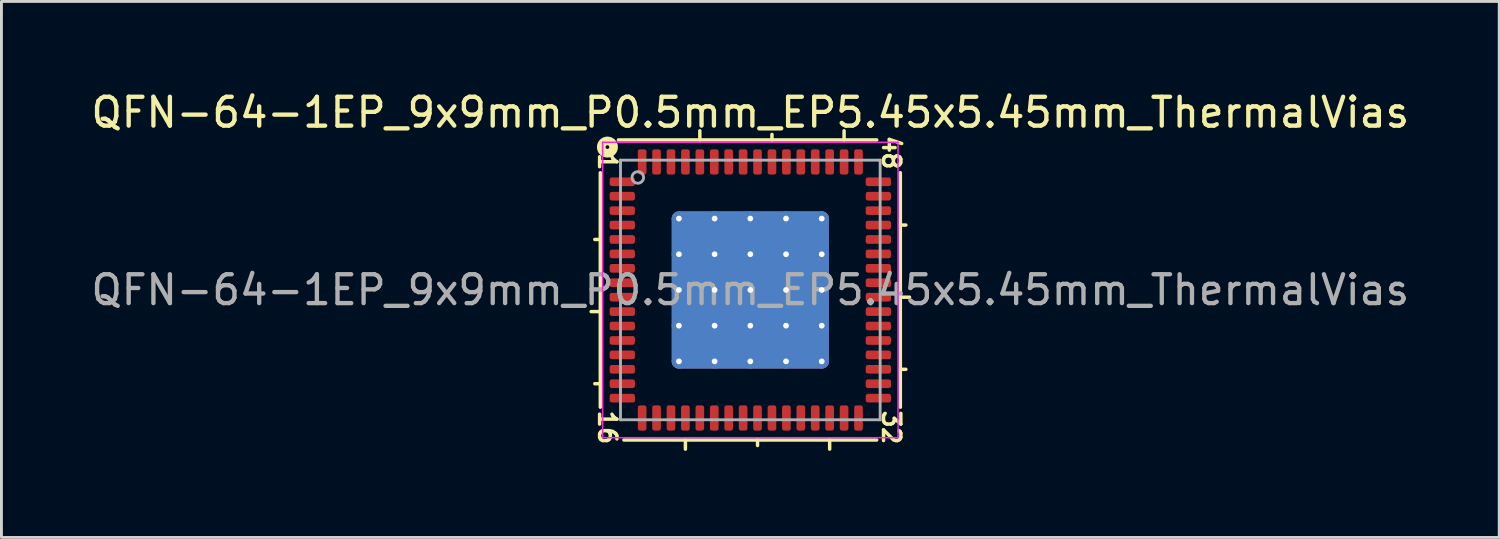
<source format=kicad_pcb>
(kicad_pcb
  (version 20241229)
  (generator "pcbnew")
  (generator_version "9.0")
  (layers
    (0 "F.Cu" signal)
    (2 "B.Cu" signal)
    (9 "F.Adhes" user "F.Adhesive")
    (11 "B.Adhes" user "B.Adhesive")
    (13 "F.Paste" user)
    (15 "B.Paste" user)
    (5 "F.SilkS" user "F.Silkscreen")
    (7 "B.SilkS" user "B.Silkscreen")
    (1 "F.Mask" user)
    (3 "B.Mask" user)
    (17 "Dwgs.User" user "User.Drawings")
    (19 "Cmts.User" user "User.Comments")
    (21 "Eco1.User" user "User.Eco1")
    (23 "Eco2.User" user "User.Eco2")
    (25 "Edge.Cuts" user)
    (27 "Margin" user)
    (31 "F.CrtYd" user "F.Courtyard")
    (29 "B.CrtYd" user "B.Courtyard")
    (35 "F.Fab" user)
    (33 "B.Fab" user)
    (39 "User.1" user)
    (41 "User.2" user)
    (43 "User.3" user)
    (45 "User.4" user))
  (footprint "QFN-64-1EP_9x9mm_P0.5mm_EP5.45x5.45mm_ThermalVias"
    (layer "F.Cu")
    (at 22.958 7.001)
    (property "Reference" "QFN-64-1EP_9x9mm_P0.5mm_EP5.45x5.45mm_ThermalVias" (at 0 -6.152 0) (layer "F.SilkS") (effects (font (size 1 1) (thickness 0.15))))
    (attr smd)
    (fp_line (start -5.2 -4.064) (end -5.2 4.064) (stroke (width 0.12) (type solid)) (layer "F.SilkS"))
    (fp_line (start -5.2 -1.75) (end -5.391 -1.75) (stroke (width 0.12) (type solid)) (layer "F.SilkS"))
    (fp_line (start -5.2 0.75) (end -5.518 0.75) (stroke (width 0.12) (type solid)) (layer "F.SilkS"))
    (fp_line (start -5.2 3.25) (end -5.391 3.25) (stroke (width 0.12) (type solid)) (layer "F.SilkS"))
    (fp_line (start -4.381 5.2) (end 4.381 5.2) (stroke (width 0.12) (type solid)) (layer "F.SilkS"))
    (fp_line (start -2.25 5.2) (end -2.25 5.518) (stroke (width 0.12) (type solid)) (layer "F.SilkS"))
    (fp_line (start -1.75 -5.2) (end -1.75 -5.518) (stroke (width 0.12) (type solid)) (layer "F.SilkS"))
    (fp_line (start 0.25 5.2) (end 0.25 5.391) (stroke (width 0.12) (type solid)) (layer "F.SilkS"))
    (fp_line (start 0.75 -5.2) (end 0.75 -5.391) (stroke (width 0.12) (type solid)) (layer "F.SilkS"))
    (fp_line (start 2.75 5.2) (end 2.75 5.518) (stroke (width 0.12) (type solid)) (layer "F.SilkS"))
    (fp_line (start 3.25 -5.2) (end 3.25 -5.518) (stroke (width 0.12) (type solid)) (layer "F.SilkS"))
    (fp_line (start 4.381 -5.2) (end -4.572 -5.2) (stroke (width 0.12) (type solid)) (layer "F.SilkS"))
    (fp_line (start 5.2 -2.25) (end 5.391 -2.25) (stroke (width 0.12) (type solid)) (layer "F.SilkS"))
    (fp_line (start 5.2 0.25) (end 5.518 0.25) (stroke (width 0.12) (type solid)) (layer "F.SilkS"))
    (fp_line (start 5.2 2.75) (end 5.391 2.75) (stroke (width 0.12) (type solid)) (layer "F.SilkS"))
    (fp_line (start 5.2 4.064) (end 5.2 -4.064) (stroke (width 0.12) (type solid)) (layer "F.SilkS"))
    (fp_circle (center -4.953 -4.953) (end -4.889 -4.953) (stroke (width 0.3) (type solid)) (fill no) (layer "F.SilkS"))
    (fp_line (start -5.12 -5.12) (end -5.12 5.12) (stroke (width 0.05) (type solid)) (layer "F.CrtYd"))
    (fp_line (start -5.12 5.12) (end 5.12 5.12) (stroke (width 0.05) (type solid)) (layer "F.CrtYd"))
    (fp_line (start 5.12 -5.12) (end -5.12 -5.12) (stroke (width 0.05) (type solid)) (layer "F.CrtYd"))
    (fp_line (start 5.12 5.12) (end 5.12 -5.12) (stroke (width 0.05) (type solid)) (layer "F.CrtYd"))
    (fp_line (start -4.5 -4.5) (end 4.5 -4.5) (stroke (width 0.1) (type solid)) (layer "F.Fab"))
    (fp_line (start -4.5 4.5) (end -4.5 -4.5) (stroke (width 0.1) (type solid)) (layer "F.Fab"))
    (fp_line (start 4.5 -4.5) (end 4.5 4.5) (stroke (width 0.1) (type solid)) (layer "F.Fab"))
    (fp_line (start 4.5 4.5) (end -4.5 4.5) (stroke (width 0.1) (type solid)) (layer "F.Fab"))
    (fp_circle (center -3.9 -3.9) (end -3.7 -3.9) (stroke (width 0.1) (type solid)) (fill no) (layer "F.Fab"))
    (fp_text user "1" (at -4.953 -4.445 270) (unlocked yes) (layer "F.SilkS") (effects (font (size 0.6 0.6) (thickness 0.12))))
    (fp_text user "32" (at 4.889 4.763 270) (unlocked yes) (layer "F.SilkS") (effects (font (size 0.6 0.6) (thickness 0.12))))
    (fp_text user "48" (at 4.889 -4.763 270) (unlocked yes) (layer "F.SilkS") (effects (font (size 0.6 0.6) (thickness 0.12))))
    (fp_text user "16" (at -4.953 4.763 270) (unlocked yes) (layer "F.SilkS") (effects (font (size 0.6 0.6) (thickness 0.12))))
    (fp_text user "${REFERENCE}" (at 0 0 0) (layer "F.Fab") (effects (font (size 1 1) (thickness 0.15))))
    (pad "" smd roundrect (at -1.856 -1.856) (size 1.055 1.055) (layers "F.Paste") (roundrect_rratio 0.237))
    (pad "" smd roundrect (at -1.856 -0.619) (size 1.055 1.055) (layers "F.Paste") (roundrect_rratio 0.237))
    (pad "" smd roundrect (at -1.856 0.619) (size 1.055 1.055) (layers "F.Paste") (roundrect_rratio 0.237))
    (pad "" smd roundrect (at -1.856 1.856) (size 1.055 1.055) (layers "F.Paste") (roundrect_rratio 0.237))
    (pad "" smd roundrect (at -0.619 -1.856) (size 1.055 1.055) (layers "F.Paste") (roundrect_rratio 0.237))
    (pad "" smd roundrect (at -0.619 -0.619) (size 1.055 1.055) (layers "F.Paste") (roundrect_rratio 0.237))
    (pad "" smd roundrect (at -0.619 0.619) (size 1.055 1.055) (layers "F.Paste") (roundrect_rratio 0.237))
    (pad "" smd roundrect (at -0.619 1.856) (size 1.055 1.055) (layers "F.Paste") (roundrect_rratio 0.237))
    (pad "" smd roundrect (at 0.619 -1.856) (size 1.055 1.055) (layers "F.Paste") (roundrect_rratio 0.237))
    (pad "" smd roundrect (at 0.619 -0.619) (size 1.055 1.055) (layers "F.Paste") (roundrect_rratio 0.237))
    (pad "" smd roundrect (at 0.619 0.619) (size 1.055 1.055) (layers "F.Paste") (roundrect_rratio 0.237))
    (pad "" smd roundrect (at 0.619 1.856) (size 1.055 1.055) (layers "F.Paste") (roundrect_rratio 0.237))
    (pad "" smd roundrect (at 1.856 -1.856) (size 1.055 1.055) (layers "F.Paste") (roundrect_rratio 0.237))
    (pad "" smd roundrect (at 1.856 -0.619) (size 1.055 1.055) (layers "F.Paste") (roundrect_rratio 0.237))
    (pad "" smd roundrect (at 1.856 0.619) (size 1.055 1.055) (layers "F.Paste") (roundrect_rratio 0.237))
    (pad "" smd roundrect (at 1.856 1.856) (size 1.055 1.055) (layers "F.Paste") (roundrect_rratio 0.237))
    (pad "1" smd roundrect (at -4.438 -3.75) (size 0.875 0.3) (layers "F.Cu" "F.Mask" "F.Paste") (roundrect_rratio 0.25))
    (pad "2" smd roundrect (at -4.438 -3.25) (size 0.875 0.3) (layers "F.Cu" "F.Mask" "F.Paste") (roundrect_rratio 0.25))
    (pad "3" smd roundrect (at -4.438 -2.75) (size 0.875 0.3) (layers "F.Cu" "F.Mask" "F.Paste") (roundrect_rratio 0.25))
    (pad "4" smd roundrect (at -4.438 -2.25) (size 0.875 0.3) (layers "F.Cu" "F.Mask" "F.Paste") (roundrect_rratio 0.25))
    (pad "5" smd roundrect (at -4.438 -1.75) (size 0.875 0.3) (layers "F.Cu" "F.Mask" "F.Paste") (roundrect_rratio 0.25))
    (pad "6" smd roundrect (at -4.438 -1.25) (size 0.875 0.3) (layers "F.Cu" "F.Mask" "F.Paste") (roundrect_rratio 0.25))
    (pad "7" smd roundrect (at -4.438 -0.75) (size 0.875 0.3) (layers "F.Cu" "F.Mask" "F.Paste") (roundrect_rratio 0.25))
    (pad "8" smd roundrect (at -4.438 -0.25) (size 0.875 0.3) (layers "F.Cu" "F.Mask" "F.Paste") (roundrect_rratio 0.25))
    (pad "9" smd roundrect (at -4.438 0.25) (size 0.875 0.3) (layers "F.Cu" "F.Mask" "F.Paste") (roundrect_rratio 0.25))
    (pad "10" smd roundrect (at -4.438 0.75) (size 0.875 0.3) (layers "F.Cu" "F.Mask" "F.Paste") (roundrect_rratio 0.25))
    (pad "11" smd roundrect (at -4.438 1.25) (size 0.875 0.3) (layers "F.Cu" "F.Mask" "F.Paste") (roundrect_rratio 0.25))
    (pad "12" smd roundrect (at -4.438 1.75) (size 0.875 0.3) (layers "F.Cu" "F.Mask" "F.Paste") (roundrect_rratio 0.25))
    (pad "13" smd roundrect (at -4.438 2.25) (size 0.875 0.3) (layers "F.Cu" "F.Mask" "F.Paste") (roundrect_rratio 0.25))
    (pad "14" smd roundrect (at -4.438 2.75) (size 0.875 0.3) (layers "F.Cu" "F.Mask" "F.Paste") (roundrect_rratio 0.25))
    (pad "15" smd roundrect (at -4.438 3.25) (size 0.875 0.3) (layers "F.Cu" "F.Mask" "F.Paste") (roundrect_rratio 0.25))
    (pad "16" smd roundrect (at -4.438 3.75) (size 0.875 0.3) (layers "F.Cu" "F.Mask" "F.Paste") (roundrect_rratio 0.25))
    (pad "17" smd roundrect (at -3.75 4.438) (size 0.3 0.875) (layers "F.Cu" "F.Mask" "F.Paste") (roundrect_rratio 0.25))
    (pad "18" smd roundrect (at -3.25 4.438) (size 0.3 0.875) (layers "F.Cu" "F.Mask" "F.Paste") (roundrect_rratio 0.25))
    (pad "19" smd roundrect (at -2.75 4.438) (size 0.3 0.875) (layers "F.Cu" "F.Mask" "F.Paste") (roundrect_rratio 0.25))
    (pad "20" smd roundrect (at -2.25 4.438) (size 0.3 0.875) (layers "F.Cu" "F.Mask" "F.Paste") (roundrect_rratio 0.25))
    (pad "21" smd roundrect (at -1.75 4.438) (size 0.3 0.875) (layers "F.Cu" "F.Mask" "F.Paste") (roundrect_rratio 0.25))
    (pad "22" smd roundrect (at -1.25 4.438) (size 0.3 0.875) (layers "F.Cu" "F.Mask" "F.Paste") (roundrect_rratio 0.25))
    (pad "23" smd roundrect (at -0.75 4.438) (size 0.3 0.875) (layers "F.Cu" "F.Mask" "F.Paste") (roundrect_rratio 0.25))
    (pad "24" smd roundrect (at -0.25 4.438) (size 0.3 0.875) (layers "F.Cu" "F.Mask" "F.Paste") (roundrect_rratio 0.25))
    (pad "25" smd roundrect (at 0.25 4.438) (size 0.3 0.875) (layers "F.Cu" "F.Mask" "F.Paste") (roundrect_rratio 0.25))
    (pad "26" smd roundrect (at 0.75 4.438) (size 0.3 0.875) (layers "F.Cu" "F.Mask" "F.Paste") (roundrect_rratio 0.25))
    (pad "27" smd roundrect (at 1.25 4.438) (size 0.3 0.875) (layers "F.Cu" "F.Mask" "F.Paste") (roundrect_rratio 0.25))
    (pad "28" smd roundrect (at 1.75 4.438) (size 0.3 0.875) (layers "F.Cu" "F.Mask" "F.Paste") (roundrect_rratio 0.25))
    (pad "29" smd roundrect (at 2.25 4.438) (size 0.3 0.875) (layers "F.Cu" "F.Mask" "F.Paste") (roundrect_rratio 0.25))
    (pad "30" smd roundrect (at 2.75 4.438) (size 0.3 0.875) (layers "F.Cu" "F.Mask" "F.Paste") (roundrect_rratio 0.25))
    (pad "31" smd roundrect (at 3.25 4.438) (size 0.3 0.875) (layers "F.Cu" "F.Mask" "F.Paste") (roundrect_rratio 0.25))
    (pad "32" smd roundrect (at 3.75 4.438) (size 0.3 0.875) (layers "F.Cu" "F.Mask" "F.Paste") (roundrect_rratio 0.25))
    (pad "33" smd roundrect (at 4.438 3.75) (size 0.875 0.3) (layers "F.Cu" "F.Mask" "F.Paste") (roundrect_rratio 0.25))
    (pad "34" smd roundrect (at 4.438 3.25) (size 0.875 0.3) (layers "F.Cu" "F.Mask" "F.Paste") (roundrect_rratio 0.25))
    (pad "35" smd roundrect (at 4.438 2.75) (size 0.875 0.3) (layers "F.Cu" "F.Mask" "F.Paste") (roundrect_rratio 0.25))
    (pad "36" smd roundrect (at 4.438 2.25) (size 0.875 0.3) (layers "F.Cu" "F.Mask" "F.Paste") (roundrect_rratio 0.25))
    (pad "37" smd roundrect (at 4.438 1.75) (size 0.875 0.3) (layers "F.Cu" "F.Mask" "F.Paste") (roundrect_rratio 0.25))
    (pad "38" smd roundrect (at 4.438 1.25) (size 0.875 0.3) (layers "F.Cu" "F.Mask" "F.Paste") (roundrect_rratio 0.25))
    (pad "39" smd roundrect (at 4.438 0.75) (size 0.875 0.3) (layers "F.Cu" "F.Mask" "F.Paste") (roundrect_rratio 0.25))
    (pad "40" smd roundrect (at 4.438 0.25) (size 0.875 0.3) (layers "F.Cu" "F.Mask" "F.Paste") (roundrect_rratio 0.25))
    (pad "41" smd roundrect (at 4.438 -0.25) (size 0.875 0.3) (layers "F.Cu" "F.Mask" "F.Paste") (roundrect_rratio 0.25))
    (pad "42" smd roundrect (at 4.438 -0.75) (size 0.875 0.3) (layers "F.Cu" "F.Mask" "F.Paste") (roundrect_rratio 0.25))
    (pad "43" smd roundrect (at 4.438 -1.25) (size 0.875 0.3) (layers "F.Cu" "F.Mask" "F.Paste") (roundrect_rratio 0.25))
    (pad "44" smd roundrect (at 4.438 -1.75) (size 0.875 0.3) (layers "F.Cu" "F.Mask" "F.Paste") (roundrect_rratio 0.25))
    (pad "45" smd roundrect (at 4.438 -2.25) (size 0.875 0.3) (layers "F.Cu" "F.Mask" "F.Paste") (roundrect_rratio 0.25))
    (pad "46" smd roundrect (at 4.438 -2.75) (size 0.875 0.3) (layers "F.Cu" "F.Mask" "F.Paste") (roundrect_rratio 0.25))
    (pad "47" smd roundrect (at 4.438 -3.25) (size 0.875 0.3) (layers "F.Cu" "F.Mask" "F.Paste") (roundrect_rratio 0.25))
    (pad "48" smd roundrect (at 4.438 -3.75) (size 0.875 0.3) (layers "F.Cu" "F.Mask" "F.Paste") (roundrect_rratio 0.25))
    (pad "49" smd roundrect (at 3.75 -4.438) (size 0.3 0.875) (layers "F.Cu" "F.Mask" "F.Paste") (roundrect_rratio 0.25))
    (pad "50" smd roundrect (at 3.25 -4.438) (size 0.3 0.875) (layers "F.Cu" "F.Mask" "F.Paste") (roundrect_rratio 0.25))
    (pad "51" smd roundrect (at 2.75 -4.438) (size 0.3 0.875) (layers "F.Cu" "F.Mask" "F.Paste") (roundrect_rratio 0.25))
    (pad "52" smd roundrect (at 2.25 -4.438) (size 0.3 0.875) (layers "F.Cu" "F.Mask" "F.Paste") (roundrect_rratio 0.25))
    (pad "53" smd roundrect (at 1.75 -4.438) (size 0.3 0.875) (layers "F.Cu" "F.Mask" "F.Paste") (roundrect_rratio 0.25))
    (pad "54" smd roundrect (at 1.25 -4.438) (size 0.3 0.875) (layers "F.Cu" "F.Mask" "F.Paste") (roundrect_rratio 0.25))
    (pad "55" smd roundrect (at 0.75 -4.438) (size 0.3 0.875) (layers "F.Cu" "F.Mask" "F.Paste") (roundrect_rratio 0.25))
    (pad "56" smd roundrect (at 0.25 -4.438) (size 0.3 0.875) (layers "F.Cu" "F.Mask" "F.Paste") (roundrect_rratio 0.25))
    (pad "57" smd roundrect (at -0.25 -4.438) (size 0.3 0.875) (layers "F.Cu" "F.Mask" "F.Paste") (roundrect_rratio 0.25))
    (pad "58" smd roundrect (at -0.75 -4.438) (size 0.3 0.875) (layers "F.Cu" "F.Mask" "F.Paste") (roundrect_rratio 0.25))
    (pad "59" smd roundrect (at -1.25 -4.438) (size 0.3 0.875) (layers "F.Cu" "F.Mask" "F.Paste") (roundrect_rratio 0.25))
    (pad "60" smd roundrect (at -1.75 -4.438) (size 0.3 0.875) (layers "F.Cu" "F.Mask" "F.Paste") (roundrect_rratio 0.25))
    (pad "61" smd roundrect (at -2.25 -4.438) (size 0.3 0.875) (layers "F.Cu" "F.Mask" "F.Paste") (roundrect_rratio 0.25))
    (pad "62" smd roundrect (at -2.75 -4.438) (size 0.3 0.875) (layers "F.Cu" "F.Mask" "F.Paste") (roundrect_rratio 0.25))
    (pad "63" smd roundrect (at -3.25 -4.438) (size 0.3 0.875) (layers "F.Cu" "F.Mask" "F.Paste") (roundrect_rratio 0.25))
    (pad "64" smd roundrect (at -3.75 -4.438) (size 0.3 0.875) (layers "F.Cu" "F.Mask" "F.Paste") (roundrect_rratio 0.25))
    (pad "65" thru_hole circle (at -2.475 -2.475) (size 0.5 0.5) (drill 0.2) (property pad_prop_heatsink) (layers "*.Cu"))
    (pad "65" thru_hole circle (at -2.475 -1.238) (size 0.5 0.5) (drill 0.2) (property pad_prop_heatsink) (layers "*.Cu"))
    (pad "65" thru_hole circle (at -2.475 0) (size 0.5 0.5) (drill 0.2) (property pad_prop_heatsink) (layers "*.Cu"))
    (pad "65" thru_hole circle (at -2.475 1.238) (size 0.5 0.5) (drill 0.2) (property pad_prop_heatsink) (layers "*.Cu"))
    (pad "65" thru_hole circle (at -2.475 2.475) (size 0.5 0.5) (drill 0.2) (property pad_prop_heatsink) (layers "*.Cu"))
    (pad "65" thru_hole circle (at -1.238 -2.475) (size 0.5 0.5) (drill 0.2) (property pad_prop_heatsink) (layers "*.Cu"))
    (pad "65" thru_hole circle (at -1.238 -1.238) (size 0.5 0.5) (drill 0.2) (property pad_prop_heatsink) (layers "*.Cu"))
    (pad "65" thru_hole circle (at -1.238 0) (size 0.5 0.5) (drill 0.2) (property pad_prop_heatsink) (layers "*.Cu"))
    (pad "65" thru_hole circle (at -1.238 1.238) (size 0.5 0.5) (drill 0.2) (property pad_prop_heatsink) (layers "*.Cu"))
    (pad "65" thru_hole circle (at -1.238 2.475) (size 0.5 0.5) (drill 0.2) (property pad_prop_heatsink) (layers "*.Cu"))
    (pad "65" thru_hole circle (at 0 -2.475) (size 0.5 0.5) (drill 0.2) (property pad_prop_heatsink) (layers "*.Cu"))
    (pad "65" thru_hole circle (at 0 -1.238) (size 0.5 0.5) (drill 0.2) (property pad_prop_heatsink) (layers "*.Cu"))
    (pad "65" thru_hole circle (at 0 0) (size 0.5 0.5) (drill 0.2) (property pad_prop_heatsink) (layers "*.Cu"))
    (pad "65" smd roundrect (at 0 0) (size 5.45 5.45) (layers "F.Cu" "F.Mask") (roundrect_rratio 0.046))
    (pad "65" smd roundrect (at 0 0) (size 5.45 5.45) (layers "B.Cu" "B.Mask") (roundrect_rratio 0.046))
    (pad "65" thru_hole circle (at 0 1.238) (size 0.5 0.5) (drill 0.2) (property pad_prop_heatsink) (layers "*.Cu"))
    (pad "65" thru_hole circle (at 0 2.475) (size 0.5 0.5) (drill 0.2) (property pad_prop_heatsink) (layers "*.Cu"))
    (pad "65" thru_hole circle (at 1.238 -2.475) (size 0.5 0.5) (drill 0.2) (property pad_prop_heatsink) (layers "*.Cu"))
    (pad "65" thru_hole circle (at 1.238 -1.238) (size 0.5 0.5) (drill 0.2) (property pad_prop_heatsink) (layers "*.Cu"))
    (pad "65" thru_hole circle (at 1.238 0) (size 0.5 0.5) (drill 0.2) (property pad_prop_heatsink) (layers "*.Cu"))
    (pad "65" thru_hole circle (at 1.238 1.238) (size 0.5 0.5) (drill 0.2) (property pad_prop_heatsink) (layers "*.Cu"))
    (pad "65" thru_hole circle (at 1.238 2.475) (size 0.5 0.5) (drill 0.2) (property pad_prop_heatsink) (layers "*.Cu"))
    (pad "65" thru_hole circle (at 2.475 -2.475) (size 0.5 0.5) (drill 0.2) (property pad_prop_heatsink) (layers "*.Cu"))
    (pad "65" thru_hole circle (at 2.475 -1.238) (size 0.5 0.5) (drill 0.2) (property pad_prop_heatsink) (layers "*.Cu"))
    (pad "65" thru_hole circle (at 2.475 0) (size 0.5 0.5) (drill 0.2) (property pad_prop_heatsink) (layers "*.Cu"))
    (pad "65" thru_hole circle (at 2.475 1.238) (size 0.5 0.5) (drill 0.2) (property pad_prop_heatsink) (layers "*.Cu"))
    (pad "65" thru_hole circle (at 2.475 2.475) (size 0.5 0.5) (drill 0.2) (property pad_prop_heatsink) (layers "*.Cu")))
  (gr_rect
    (start -3 -3)
    (end 48.917 15.578)
    (stroke (width 0.1) (type default))
    (fill no)
    (layer "Edge.Cuts")))
</source>
